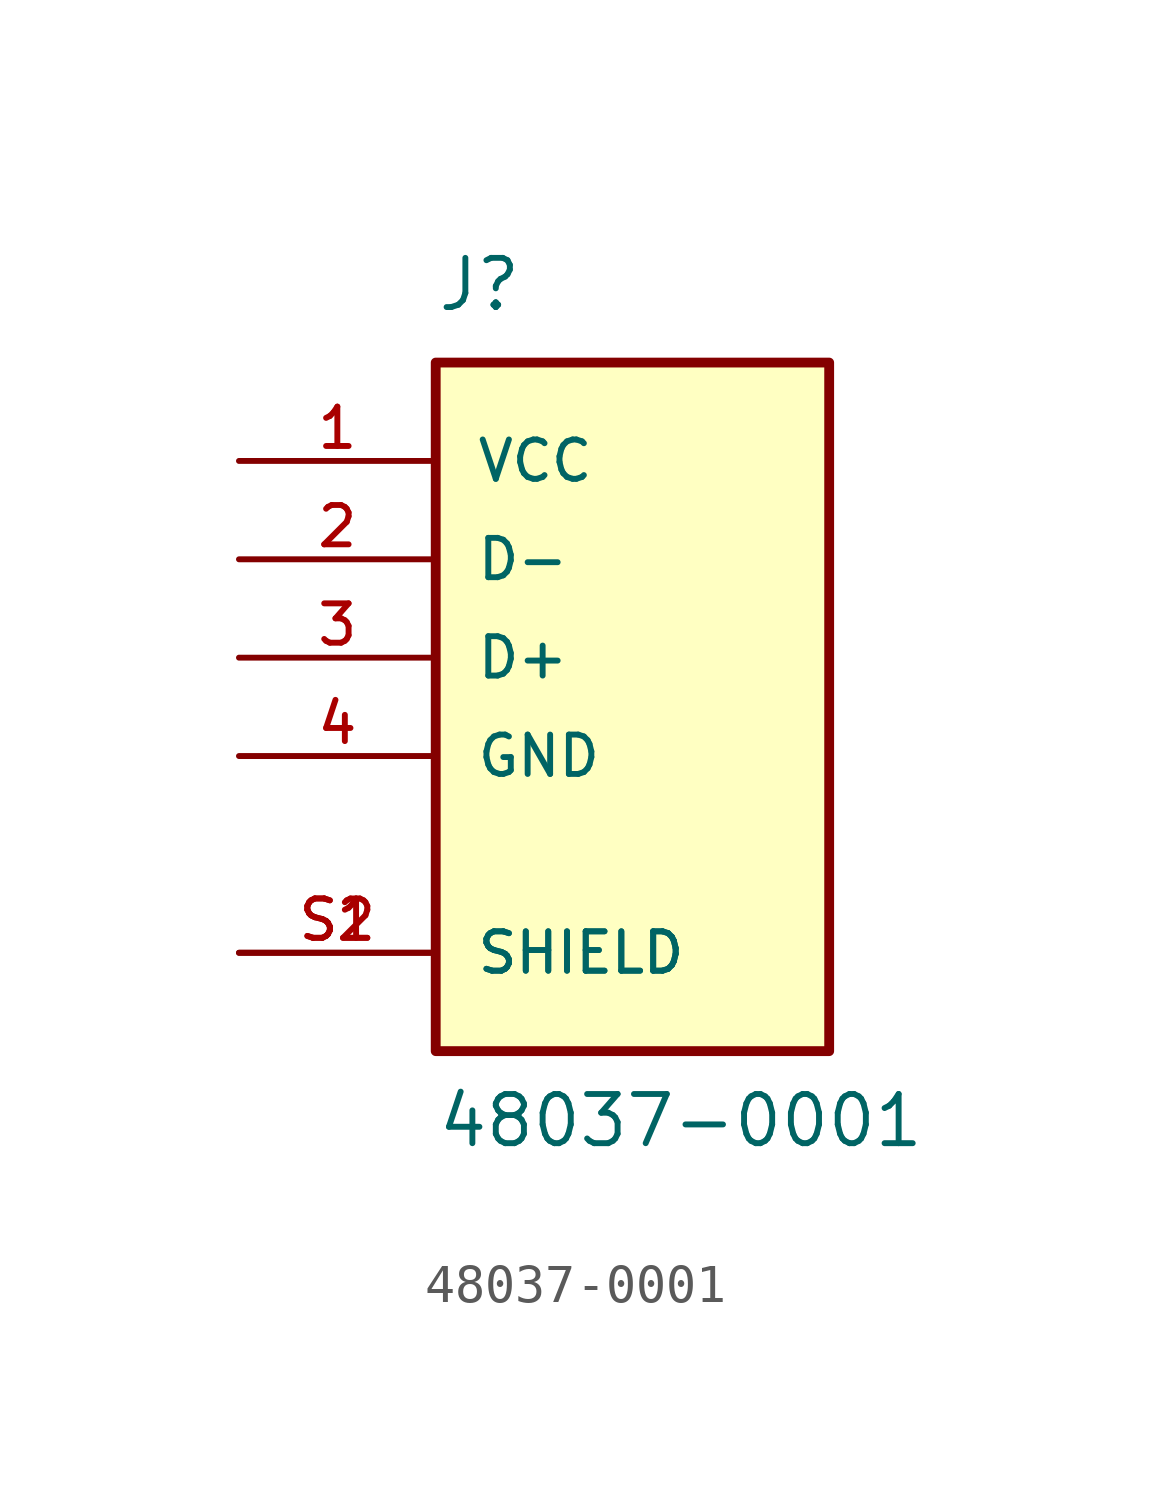
<source format=kicad_sym>
(kicad_symbol_lib
  (version 20211014)
  (generator kicad_symbol_editor)
  (symbol "48037-0001"
    (pin_names
      (offset 1.016))
    (property "Reference" "J"
      (at -5.08 8.89 0)
      (effects (font (size 1.27 1.27)) (justify bottom left)))
    (property "Value" "48037-0001"
      (at -5.08 -12.7 0)
      (effects (font (size 1.27 1.27)) (justify bottom left)))
    (symbol "48037-0001_0_0"
      (rectangle (start -5.08 -10.16) (end 5.08 7.62) (stroke (width 0.254)) (fill (type background)))
      (pin power_in line (at -10.16 5.08 0) (length 5.08) (name "VCC" (effects (font (size 1.016 1.016)))) (number "1" (effects (font (size 1.016 1.016)))))
      (pin bidirectional line (at -10.16 2.54 0) (length 5.08) (name "D-" (effects (font (size 1.016 1.016)))) (number "2" (effects (font (size 1.016 1.016)))))
      (pin bidirectional line (at -10.16 0.0 0) (length 5.08) (name "D+" (effects (font (size 1.016 1.016)))) (number "3" (effects (font (size 1.016 1.016)))))
      (pin power_in line (at -10.16 -2.54 0) (length 5.08) (name "GND" (effects (font (size 1.016 1.016)))) (number "4" (effects (font (size 1.016 1.016)))))
      (pin passive line (at -10.16 -7.62 0) (length 5.08) (name "SHIELD" (effects (font (size 1.016 1.016)))) (number "S1" (effects (font (size 1.016 1.016)))))
      (pin passive line (at -10.16 -7.62 0) (length 5.08) (name "SHIELD" (effects (font (size 1.016 1.016)))) (number "S2" (effects (font (size 1.016 1.016))))))))
</source>
